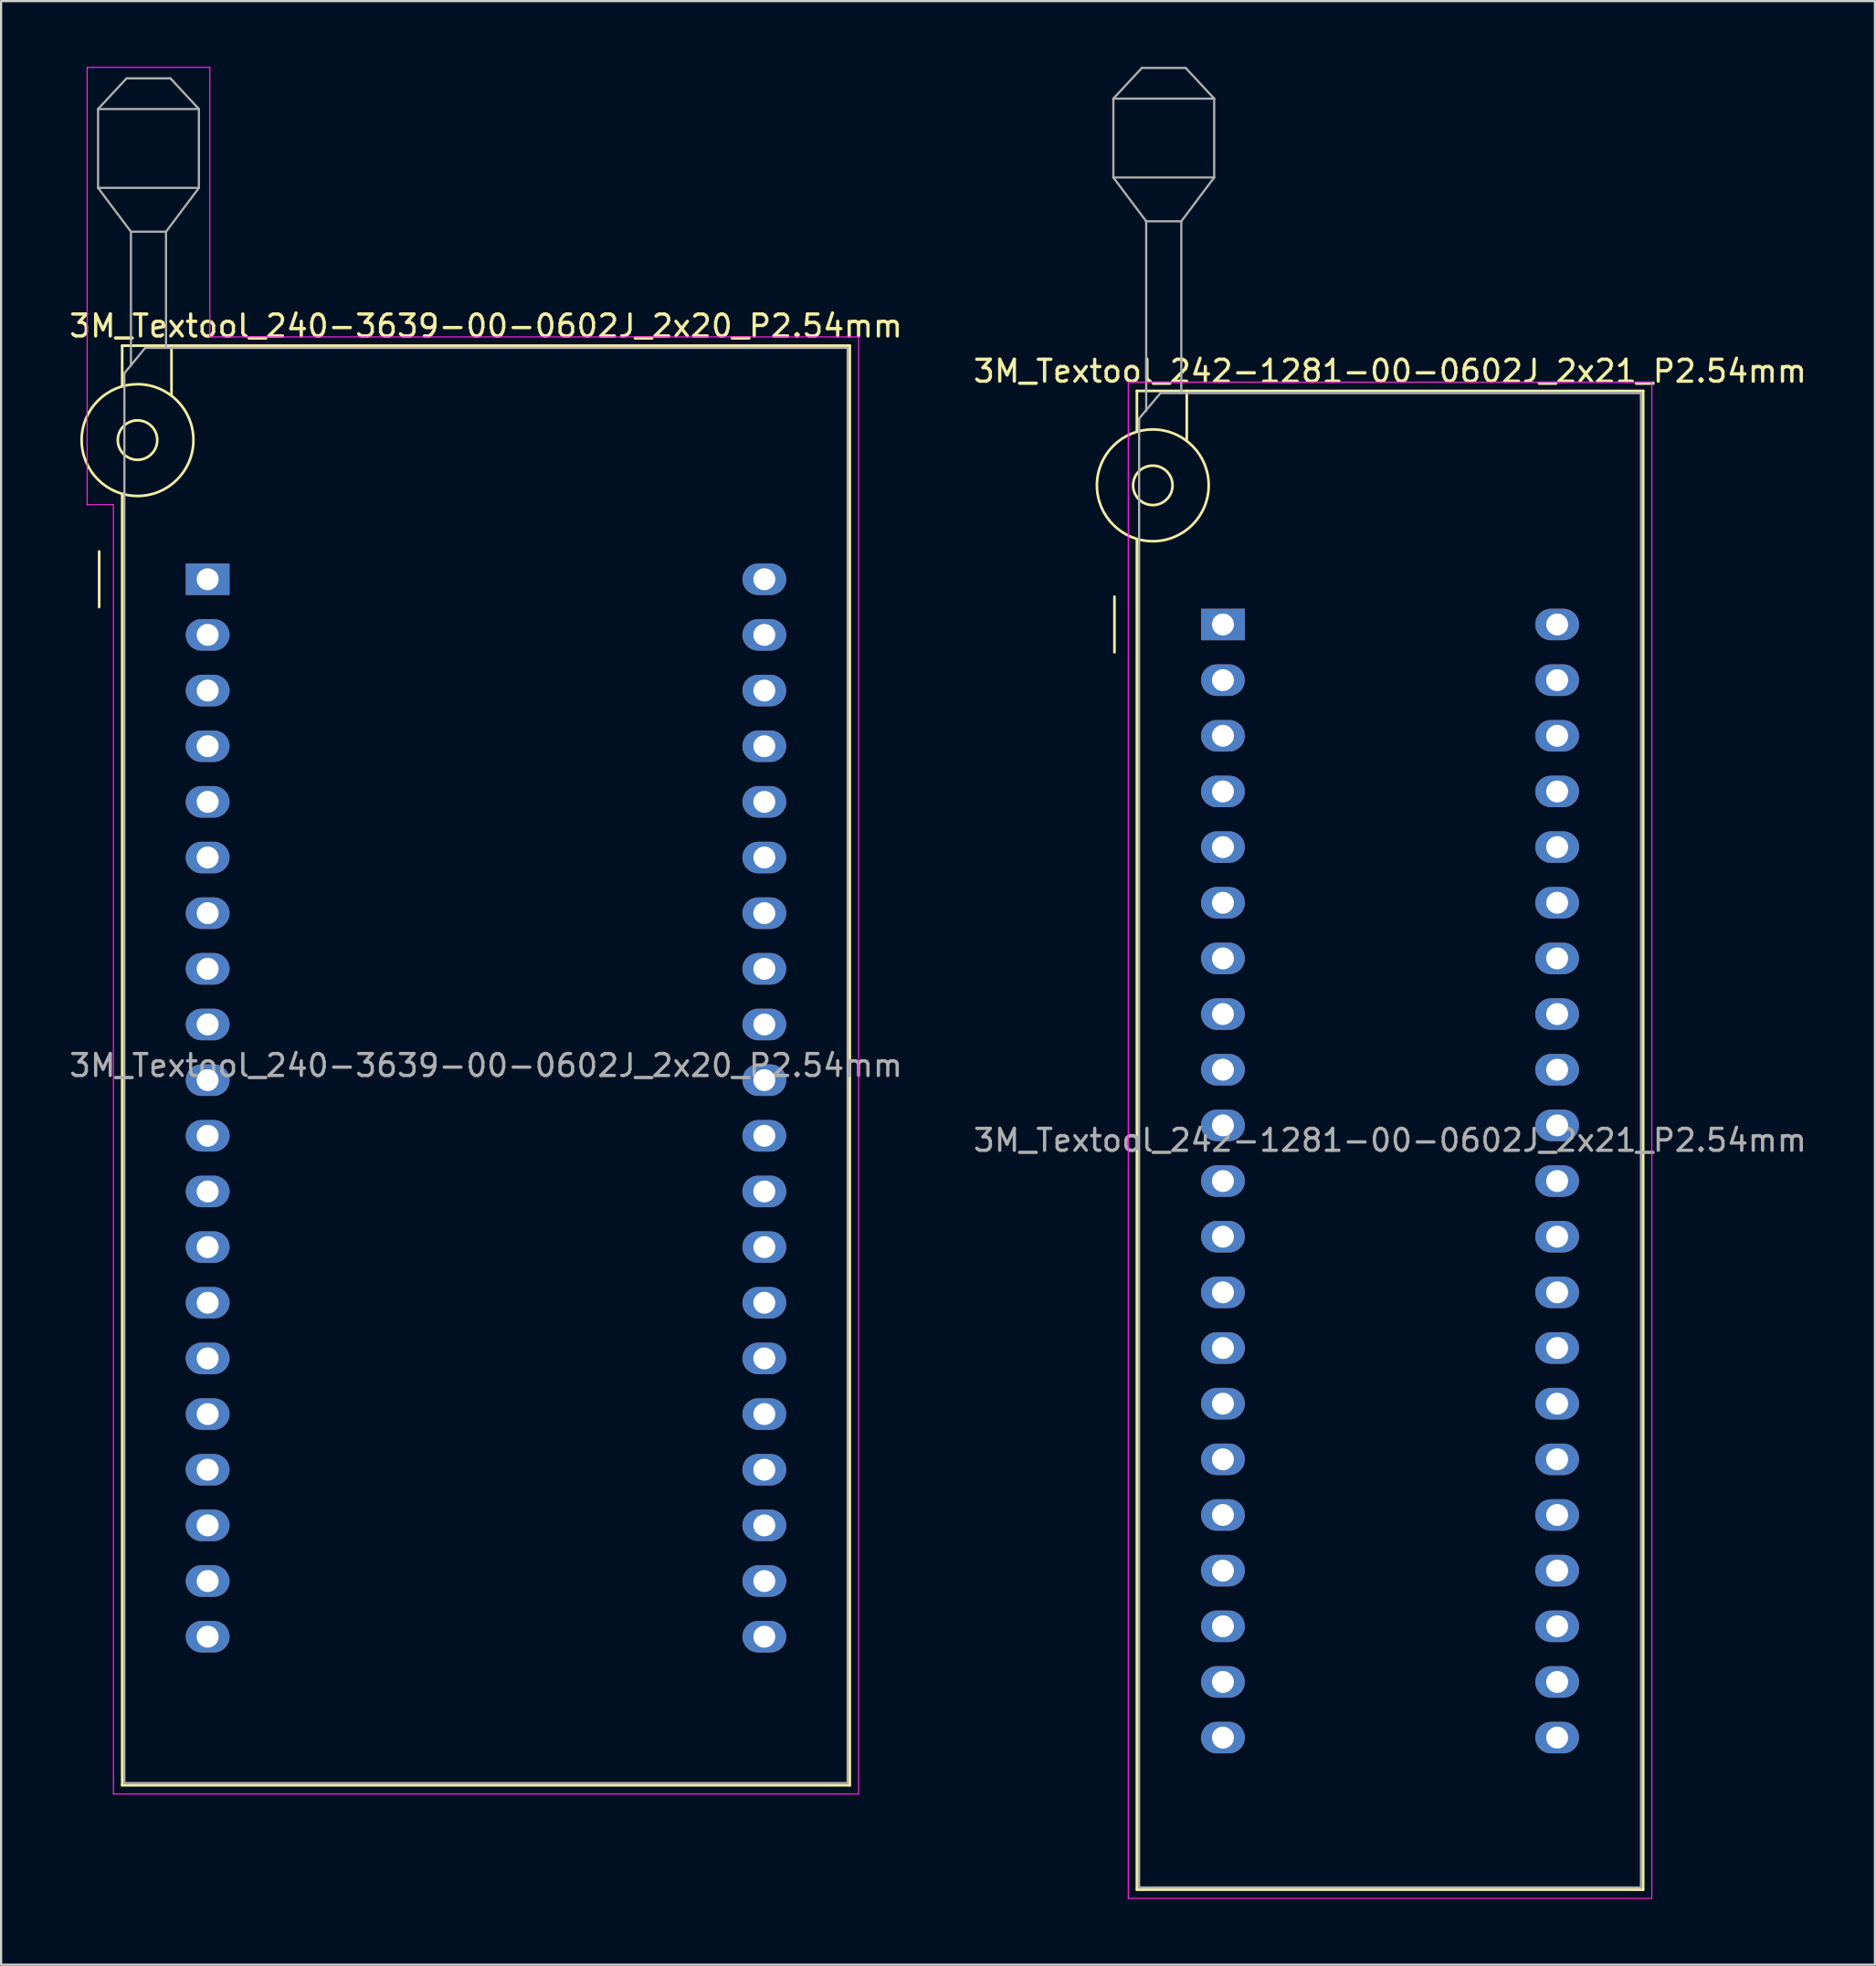
<source format=kicad_pcb>
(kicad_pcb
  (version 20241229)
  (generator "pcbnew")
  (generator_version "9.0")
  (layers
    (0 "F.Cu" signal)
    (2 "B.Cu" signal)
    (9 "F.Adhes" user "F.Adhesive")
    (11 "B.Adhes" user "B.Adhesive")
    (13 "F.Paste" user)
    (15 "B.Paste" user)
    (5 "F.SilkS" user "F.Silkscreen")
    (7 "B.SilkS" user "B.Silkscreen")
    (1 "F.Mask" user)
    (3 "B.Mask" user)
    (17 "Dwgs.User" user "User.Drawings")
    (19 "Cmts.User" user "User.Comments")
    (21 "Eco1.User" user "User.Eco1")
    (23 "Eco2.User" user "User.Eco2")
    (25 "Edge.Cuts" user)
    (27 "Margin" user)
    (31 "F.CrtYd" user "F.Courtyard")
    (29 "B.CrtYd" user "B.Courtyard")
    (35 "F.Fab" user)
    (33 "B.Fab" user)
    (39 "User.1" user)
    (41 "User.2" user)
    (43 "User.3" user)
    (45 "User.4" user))
  (footprint "3M_Textool_242-1281-00-0602J_2x21_P2.54mm"
    (layer "F.Cu")
    (at 52.75 25.45)
    (property "Reference" "3M_Textool_242-1281-00-0602J_2x21_P2.54mm" (at 7.625 -11.56 0) (layer "F.SilkS") (effects (font (size 1 1) (thickness 0.15))))
    (attr through_hole)
    (fp_line (start -4.95 1.27) (end -4.95 -1.27) (stroke (width 0.12) (type solid)) (layer "F.SilkS"))
    (fp_line (start -3.925 -10.66) (end -3.925 -8.8) (stroke (width 0.12) (type solid)) (layer "F.SilkS"))
    (fp_line (start -3.925 -3.9) (end -3.925 57.74) (stroke (width 0.12) (type solid)) (layer "F.SilkS"))
    (fp_line (start -3.925 57.74) (end 19.175 57.74) (stroke (width 0.12) (type solid)) (layer "F.SilkS"))
    (fp_line (start -1.65 -10.66) (end -1.65 -8.4) (stroke (width 0.12) (type solid)) (layer "F.SilkS"))
    (fp_line (start 19.175 -10.66) (end -3.925 -10.66) (stroke (width 0.12) (type solid)) (layer "F.SilkS"))
    (fp_line (start 19.175 57.74) (end 19.175 -10.66) (stroke (width 0.12) (type solid)) (layer "F.SilkS"))
    (fp_circle (center -3.2 -6.35) (end -2.3 -6.35) (stroke (width 0.12) (type solid)) (fill no) (layer "F.SilkS"))
    (fp_circle (center -3.2 -6.35) (end -0.65 -6.35) (stroke (width 0.12) (type solid)) (fill no) (layer "F.SilkS"))
    (fp_line (start -4.32 -11.06) (end -4.32 58.14) (stroke (width 0.05) (type solid)) (layer "F.CrtYd"))
    (fp_line (start -4.32 58.14) (end 19.57 58.14) (stroke (width 0.05) (type solid)) (layer "F.CrtYd"))
    (fp_line (start 19.57 -11.06) (end -4.32 -11.06) (stroke (width 0.05) (type solid)) (layer "F.CrtYd"))
    (fp_line (start 19.57 58.14) (end 19.57 -11.06) (stroke (width 0.05) (type solid)) (layer "F.CrtYd"))
    (fp_line (start -5 -24) (end -5 -20.4) (stroke (width 0.1) (type solid)) (layer "F.Fab"))
    (fp_line (start -5 -24) (end -3.7 -25.4) (stroke (width 0.1) (type solid)) (layer "F.Fab"))
    (fp_line (start -5 -20.4) (end -3.5 -18.4) (stroke (width 0.1) (type solid)) (layer "F.Fab"))
    (fp_line (start -5 -20.4) (end -0.4 -20.4) (stroke (width 0.1) (type solid)) (layer "F.Fab"))
    (fp_line (start -3.825 -9.4) (end -2.85 -10.56) (stroke (width 0.1) (type solid)) (layer "F.Fab"))
    (fp_line (start -3.825 57.64) (end -3.825 -9.4) (stroke (width 0.1) (type solid)) (layer "F.Fab"))
    (fp_line (start -3.7 -25.4) (end -1.7 -25.4) (stroke (width 0.1) (type solid)) (layer "F.Fab"))
    (fp_line (start -3.5 -18.4) (end -1.9 -18.4) (stroke (width 0.1) (type solid)) (layer "F.Fab"))
    (fp_line (start -3.5 -9.75) (end -3.5 -18.4) (stroke (width 0.1) (type solid)) (layer "F.Fab"))
    (fp_line (start -2.85 -10.56) (end 19.075 -10.56) (stroke (width 0.1) (type solid)) (layer "F.Fab"))
    (fp_line (start -1.9 -18.4) (end -1.9 -10.56) (stroke (width 0.1) (type solid)) (layer "F.Fab"))
    (fp_line (start -1.7 -25.4) (end -0.4 -24) (stroke (width 0.1) (type solid)) (layer "F.Fab"))
    (fp_line (start -0.4 -24) (end -5 -24) (stroke (width 0.1) (type solid)) (layer "F.Fab"))
    (fp_line (start -0.4 -20.4) (end -1.9 -18.4) (stroke (width 0.1) (type solid)) (layer "F.Fab"))
    (fp_line (start -0.4 -20.4) (end -0.4 -24) (stroke (width 0.1) (type solid)) (layer "F.Fab"))
    (fp_line (start 19.075 -10.56) (end 19.075 57.64) (stroke (width 0.1) (type solid)) (layer "F.Fab"))
    (fp_line (start 19.075 57.64) (end -3.825 57.64) (stroke (width 0.1) (type solid)) (layer "F.Fab"))
    (fp_text user "${REFERENCE}" (at 7.625 23.54 0) (layer "F.Fab") (effects (font (size 1 1) (thickness 0.15))))
    (pad "1" thru_hole rect (at 0 0) (size 2 1.44) (drill 1) (layers "*.Cu" "*.Mask"))
    (pad "2" thru_hole oval (at 0 2.54) (size 2 1.44) (drill 1) (layers "*.Cu" "*.Mask"))
    (pad "3" thru_hole oval (at 0 5.08) (size 2 1.44) (drill 1) (layers "*.Cu" "*.Mask"))
    (pad "4" thru_hole oval (at 0 7.62) (size 2 1.44) (drill 1) (layers "*.Cu" "*.Mask"))
    (pad "5" thru_hole oval (at 0 10.16) (size 2 1.44) (drill 1) (layers "*.Cu" "*.Mask"))
    (pad "6" thru_hole oval (at 0 12.7) (size 2 1.44) (drill 1) (layers "*.Cu" "*.Mask"))
    (pad "7" thru_hole oval (at 0 15.24) (size 2 1.44) (drill 1) (layers "*.Cu" "*.Mask"))
    (pad "8" thru_hole oval (at 0 17.78) (size 2 1.44) (drill 1) (layers "*.Cu" "*.Mask"))
    (pad "9" thru_hole oval (at 0 20.32) (size 2 1.44) (drill 1) (layers "*.Cu" "*.Mask"))
    (pad "10" thru_hole oval (at 0 22.86) (size 2 1.44) (drill 1) (layers "*.Cu" "*.Mask"))
    (pad "11" thru_hole oval (at 0 25.4) (size 2 1.44) (drill 1) (layers "*.Cu" "*.Mask"))
    (pad "12" thru_hole oval (at 0 27.94) (size 2 1.44) (drill 1) (layers "*.Cu" "*.Mask"))
    (pad "13" thru_hole oval (at 0 30.48) (size 2 1.44) (drill 1) (layers "*.Cu" "*.Mask"))
    (pad "14" thru_hole oval (at 0 33.02) (size 2 1.44) (drill 1) (layers "*.Cu" "*.Mask"))
    (pad "15" thru_hole oval (at 0 35.56) (size 2 1.44) (drill 1) (layers "*.Cu" "*.Mask"))
    (pad "16" thru_hole oval (at 0 38.1) (size 2 1.44) (drill 1) (layers "*.Cu" "*.Mask"))
    (pad "17" thru_hole oval (at 0 40.64) (size 2 1.44) (drill 1) (layers "*.Cu" "*.Mask"))
    (pad "18" thru_hole oval (at 0 43.18) (size 2 1.44) (drill 1) (layers "*.Cu" "*.Mask"))
    (pad "19" thru_hole oval (at 0 45.72) (size 2 1.44) (drill 1) (layers "*.Cu" "*.Mask"))
    (pad "20" thru_hole oval (at 0 48.26) (size 2 1.44) (drill 1) (layers "*.Cu" "*.Mask"))
    (pad "21" thru_hole oval (at 0 50.8) (size 2 1.44) (drill 1) (layers "*.Cu" "*.Mask"))
    (pad "22" thru_hole oval (at 15.25 50.8) (size 2 1.44) (drill 1) (layers "*.Cu" "*.Mask"))
    (pad "23" thru_hole oval (at 15.25 48.26) (size 2 1.44) (drill 1) (layers "*.Cu" "*.Mask"))
    (pad "24" thru_hole oval (at 15.25 45.72) (size 2 1.44) (drill 1) (layers "*.Cu" "*.Mask"))
    (pad "25" thru_hole oval (at 15.25 43.18) (size 2 1.44) (drill 1) (layers "*.Cu" "*.Mask"))
    (pad "26" thru_hole oval (at 15.25 40.64) (size 2 1.44) (drill 1) (layers "*.Cu" "*.Mask"))
    (pad "27" thru_hole oval (at 15.25 38.1) (size 2 1.44) (drill 1) (layers "*.Cu" "*.Mask"))
    (pad "28" thru_hole oval (at 15.25 35.56) (size 2 1.44) (drill 1) (layers "*.Cu" "*.Mask"))
    (pad "29" thru_hole oval (at 15.25 33.02) (size 2 1.44) (drill 1) (layers "*.Cu" "*.Mask"))
    (pad "30" thru_hole oval (at 15.25 30.48) (size 2 1.44) (drill 1) (layers "*.Cu" "*.Mask"))
    (pad "31" thru_hole oval (at 15.25 27.94) (size 2 1.44) (drill 1) (layers "*.Cu" "*.Mask"))
    (pad "32" thru_hole oval (at 15.25 25.4) (size 2 1.44) (drill 1) (layers "*.Cu" "*.Mask"))
    (pad "33" thru_hole oval (at 15.25 22.86) (size 2 1.44) (drill 1) (layers "*.Cu" "*.Mask"))
    (pad "34" thru_hole oval (at 15.25 20.32) (size 2 1.44) (drill 1) (layers "*.Cu" "*.Mask"))
    (pad "35" thru_hole oval (at 15.25 17.78) (size 2 1.44) (drill 1) (layers "*.Cu" "*.Mask"))
    (pad "36" thru_hole oval (at 15.25 15.24) (size 2 1.44) (drill 1) (layers "*.Cu" "*.Mask"))
    (pad "37" thru_hole oval (at 15.25 12.7) (size 2 1.44) (drill 1) (layers "*.Cu" "*.Mask"))
    (pad "38" thru_hole oval (at 15.25 10.16) (size 2 1.44) (drill 1) (layers "*.Cu" "*.Mask"))
    (pad "39" thru_hole oval (at 15.25 7.62) (size 2 1.44) (drill 1) (layers "*.Cu" "*.Mask"))
    (pad "40" thru_hole oval (at 15.25 5.08) (size 2 1.44) (drill 1) (layers "*.Cu" "*.Mask"))
    (pad "41" thru_hole oval (at 15.25 2.54) (size 2 1.44) (drill 1) (layers "*.Cu" "*.Mask"))
    (pad "42" thru_hole oval (at 15.25 0) (size 2 1.44) (drill 1) (layers "*.Cu" "*.Mask")))
  (footprint "3M_Textool_240-3639-00-0602J_2x20_P2.54mm"
    (layer "F.Cu")
    (at 6.425 23.385)
    (property "Reference" "3M_Textool_240-3639-00-0602J_2x20_P2.54mm" (at 12.7 -11.56 0) (layer "F.SilkS") (effects (font (size 1 1) (thickness 0.15))))
    (attr through_hole)
    (fp_line (start -4.95 1.27) (end -4.95 -1.27) (stroke (width 0.12) (type solid)) (layer "F.SilkS"))
    (fp_line (start -3.9 -10.66) (end -3.9 -8.8) (stroke (width 0.12) (type solid)) (layer "F.SilkS"))
    (fp_line (start -3.9 -3.9) (end -3.9 55.04) (stroke (width 0.12) (type solid)) (layer "F.SilkS"))
    (fp_line (start -3.9 55.04) (end 29.3 55.04) (stroke (width 0.12) (type solid)) (layer "F.SilkS"))
    (fp_line (start -1.65 -10.66) (end -1.65 -8.4) (stroke (width 0.12) (type solid)) (layer "F.SilkS"))
    (fp_line (start 29.3 -10.66) (end -3.9 -10.66) (stroke (width 0.12) (type solid)) (layer "F.SilkS"))
    (fp_line (start 29.3 55.04) (end 29.3 -10.66) (stroke (width 0.12) (type solid)) (layer "F.SilkS"))
    (fp_circle (center -3.2 -6.35) (end -2.3 -6.35) (stroke (width 0.12) (type solid)) (fill no) (layer "F.SilkS"))
    (fp_circle (center -3.2 -6.35) (end -0.65 -6.35) (stroke (width 0.12) (type solid)) (fill no) (layer "F.SilkS"))
    (fp_line (start -5.5 -23.36) (end 0.1 -23.36) (stroke (width 0.05) (type solid)) (layer "F.CrtYd"))
    (fp_line (start -5.5 -3.4) (end -5.5 -23.36) (stroke (width 0.05) (type solid)) (layer "F.CrtYd"))
    (fp_line (start -4.3 -3.4) (end -5.5 -3.4) (stroke (width 0.05) (type solid)) (layer "F.CrtYd"))
    (fp_line (start -4.3 55.44) (end -4.3 -3.4) (stroke (width 0.05) (type solid)) (layer "F.CrtYd"))
    (fp_line (start 0.1 -23.36) (end 0.1 -11.06) (stroke (width 0.05) (type solid)) (layer "F.CrtYd"))
    (fp_line (start 0.1 -11.06) (end 29.7 -11.06) (stroke (width 0.05) (type solid)) (layer "F.CrtYd"))
    (fp_line (start 29.7 -11.06) (end 29.7 55.44) (stroke (width 0.05) (type solid)) (layer "F.CrtYd"))
    (fp_line (start 29.7 55.44) (end -4.3 55.44) (stroke (width 0.05) (type solid)) (layer "F.CrtYd"))
    (fp_line (start -5 -21.46) (end -5 -17.86) (stroke (width 0.1) (type solid)) (layer "F.Fab"))
    (fp_line (start -5 -21.46) (end -3.7 -22.86) (stroke (width 0.1) (type solid)) (layer "F.Fab"))
    (fp_line (start -5 -17.86) (end -3.5 -15.86) (stroke (width 0.1) (type solid)) (layer "F.Fab"))
    (fp_line (start -5 -17.86) (end -0.4 -17.86) (stroke (width 0.1) (type solid)) (layer "F.Fab"))
    (fp_line (start -3.8 -9.4) (end -2.85 -10.56) (stroke (width 0.1) (type solid)) (layer "F.Fab"))
    (fp_line (start -3.8 54.94) (end -3.8 -9.4) (stroke (width 0.1) (type solid)) (layer "F.Fab"))
    (fp_line (start -3.7 -22.86) (end -1.7 -22.86) (stroke (width 0.1) (type solid)) (layer "F.Fab"))
    (fp_line (start -3.5 -15.86) (end -1.9 -15.86) (stroke (width 0.1) (type solid)) (layer "F.Fab"))
    (fp_line (start -3.5 -9.75) (end -3.5 -15.86) (stroke (width 0.1) (type solid)) (layer "F.Fab"))
    (fp_line (start -2.85 -10.56) (end 29.2 -10.56) (stroke (width 0.1) (type solid)) (layer "F.Fab"))
    (fp_line (start -1.9 -15.86) (end -1.9 -10.56) (stroke (width 0.1) (type solid)) (layer "F.Fab"))
    (fp_line (start -1.7 -22.86) (end -0.4 -21.46) (stroke (width 0.1) (type solid)) (layer "F.Fab"))
    (fp_line (start -0.4 -21.46) (end -5 -21.46) (stroke (width 0.1) (type solid)) (layer "F.Fab"))
    (fp_line (start -0.4 -17.86) (end -1.9 -15.86) (stroke (width 0.1) (type solid)) (layer "F.Fab"))
    (fp_line (start -0.4 -17.86) (end -0.4 -21.46) (stroke (width 0.1) (type solid)) (layer "F.Fab"))
    (fp_line (start 29.2 -10.56) (end 29.2 54.94) (stroke (width 0.1) (type solid)) (layer "F.Fab"))
    (fp_line (start 29.2 54.94) (end -3.8 54.94) (stroke (width 0.1) (type solid)) (layer "F.Fab"))
    (fp_text user "${REFERENCE}" (at 12.7 22.19 0) (layer "F.Fab") (effects (font (size 1 1) (thickness 0.15))))
    (pad "1" thru_hole rect (at 0 0) (size 2 1.44) (drill 1) (layers "*.Cu" "*.Mask"))
    (pad "2" thru_hole oval (at 0 2.54) (size 2 1.44) (drill 1) (layers "*.Cu" "*.Mask"))
    (pad "3" thru_hole oval (at 0 5.08) (size 2 1.44) (drill 1) (layers "*.Cu" "*.Mask"))
    (pad "4" thru_hole oval (at 0 7.62) (size 2 1.44) (drill 1) (layers "*.Cu" "*.Mask"))
    (pad "5" thru_hole oval (at 0 10.16) (size 2 1.44) (drill 1) (layers "*.Cu" "*.Mask"))
    (pad "6" thru_hole oval (at 0 12.7) (size 2 1.44) (drill 1) (layers "*.Cu" "*.Mask"))
    (pad "7" thru_hole oval (at 0 15.24) (size 2 1.44) (drill 1) (layers "*.Cu" "*.Mask"))
    (pad "8" thru_hole oval (at 0 17.78) (size 2 1.44) (drill 1) (layers "*.Cu" "*.Mask"))
    (pad "9" thru_hole oval (at 0 20.32) (size 2 1.44) (drill 1) (layers "*.Cu" "*.Mask"))
    (pad "10" thru_hole oval (at 0 22.86) (size 2 1.44) (drill 1) (layers "*.Cu" "*.Mask"))
    (pad "11" thru_hole oval (at 0 25.4) (size 2 1.44) (drill 1) (layers "*.Cu" "*.Mask"))
    (pad "12" thru_hole oval (at 0 27.94) (size 2 1.44) (drill 1) (layers "*.Cu" "*.Mask"))
    (pad "13" thru_hole oval (at 0 30.48) (size 2 1.44) (drill 1) (layers "*.Cu" "*.Mask"))
    (pad "14" thru_hole oval (at 0 33.02) (size 2 1.44) (drill 1) (layers "*.Cu" "*.Mask"))
    (pad "15" thru_hole oval (at 0 35.56) (size 2 1.44) (drill 1) (layers "*.Cu" "*.Mask"))
    (pad "16" thru_hole oval (at 0 38.1) (size 2 1.44) (drill 1) (layers "*.Cu" "*.Mask"))
    (pad "17" thru_hole oval (at 0 40.64) (size 2 1.44) (drill 1) (layers "*.Cu" "*.Mask"))
    (pad "18" thru_hole oval (at 0 43.18) (size 2 1.44) (drill 1) (layers "*.Cu" "*.Mask"))
    (pad "19" thru_hole oval (at 0 45.72) (size 2 1.44) (drill 1) (layers "*.Cu" "*.Mask"))
    (pad "20" thru_hole oval (at 0 48.26) (size 2 1.44) (drill 1) (layers "*.Cu" "*.Mask"))
    (pad "21" thru_hole oval (at 25.4 48.26) (size 2 1.44) (drill 1) (layers "*.Cu" "*.Mask"))
    (pad "22" thru_hole oval (at 25.4 45.72) (size 2 1.44) (drill 1) (layers "*.Cu" "*.Mask"))
    (pad "23" thru_hole oval (at 25.4 43.18) (size 2 1.44) (drill 1) (layers "*.Cu" "*.Mask"))
    (pad "24" thru_hole oval (at 25.4 40.64) (size 2 1.44) (drill 1) (layers "*.Cu" "*.Mask"))
    (pad "25" thru_hole oval (at 25.4 38.1) (size 2 1.44) (drill 1) (layers "*.Cu" "*.Mask"))
    (pad "26" thru_hole oval (at 25.4 35.56) (size 2 1.44) (drill 1) (layers "*.Cu" "*.Mask"))
    (pad "27" thru_hole oval (at 25.4 33.02) (size 2 1.44) (drill 1) (layers "*.Cu" "*.Mask"))
    (pad "28" thru_hole oval (at 25.4 30.48) (size 2 1.44) (drill 1) (layers "*.Cu" "*.Mask"))
    (pad "29" thru_hole oval (at 25.4 27.94) (size 2 1.44) (drill 1) (layers "*.Cu" "*.Mask"))
    (pad "30" thru_hole oval (at 25.4 25.4) (size 2 1.44) (drill 1) (layers "*.Cu" "*.Mask"))
    (pad "31" thru_hole oval (at 25.4 22.86) (size 2 1.44) (drill 1) (layers "*.Cu" "*.Mask"))
    (pad "32" thru_hole oval (at 25.4 20.32) (size 2 1.44) (drill 1) (layers "*.Cu" "*.Mask"))
    (pad "33" thru_hole oval (at 25.4 17.78) (size 2 1.44) (drill 1) (layers "*.Cu" "*.Mask"))
    (pad "34" thru_hole oval (at 25.4 15.24) (size 2 1.44) (drill 1) (layers "*.Cu" "*.Mask"))
    (pad "35" thru_hole oval (at 25.4 12.7) (size 2 1.44) (drill 1) (layers "*.Cu" "*.Mask"))
    (pad "36" thru_hole oval (at 25.4 10.16) (size 2 1.44) (drill 1) (layers "*.Cu" "*.Mask"))
    (pad "37" thru_hole oval (at 25.4 7.62) (size 2 1.44) (drill 1) (layers "*.Cu" "*.Mask"))
    (pad "38" thru_hole oval (at 25.4 5.08) (size 2 1.44) (drill 1) (layers "*.Cu" "*.Mask"))
    (pad "39" thru_hole oval (at 25.4 2.54) (size 2 1.44) (drill 1) (layers "*.Cu" "*.Mask"))
    (pad "40" thru_hole oval (at 25.4 0) (size 2 1.44) (drill 1) (layers "*.Cu" "*.Mask")))
  (gr_rect
    (start -3 -3)
    (end 82.5 86.615)
    (stroke (width 0.1) (type default))
    (fill no)
    (layer "Edge.Cuts")))
</source>
